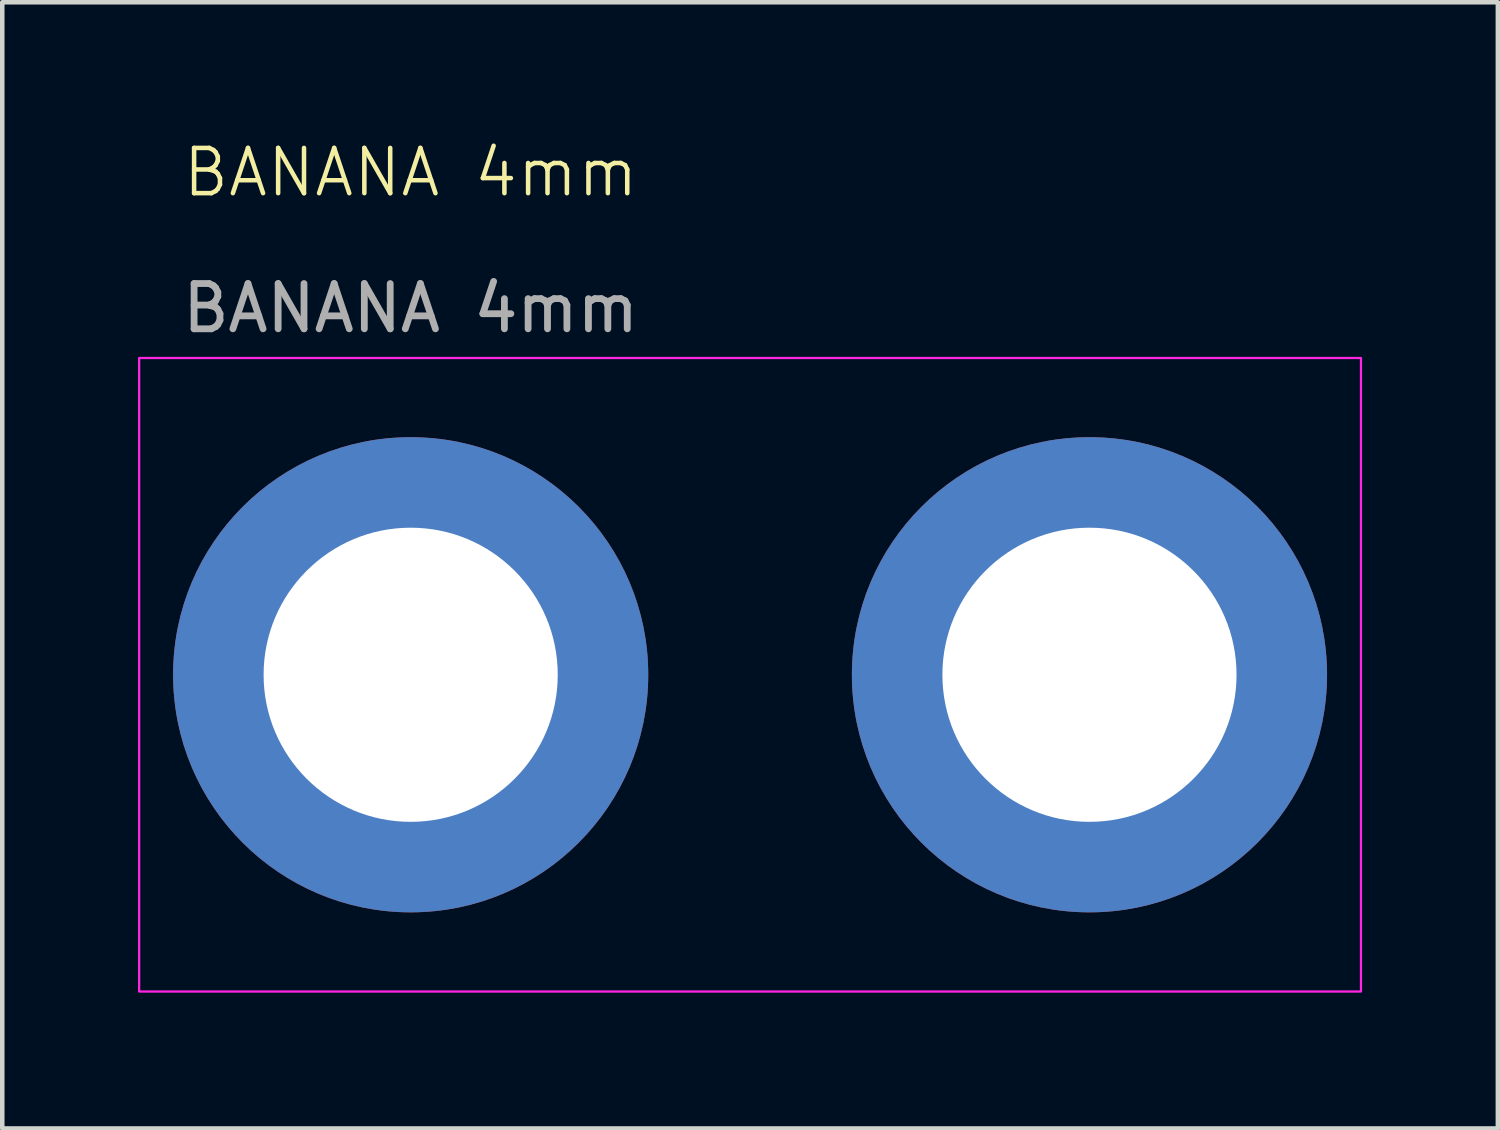
<source format=kicad_pcb>
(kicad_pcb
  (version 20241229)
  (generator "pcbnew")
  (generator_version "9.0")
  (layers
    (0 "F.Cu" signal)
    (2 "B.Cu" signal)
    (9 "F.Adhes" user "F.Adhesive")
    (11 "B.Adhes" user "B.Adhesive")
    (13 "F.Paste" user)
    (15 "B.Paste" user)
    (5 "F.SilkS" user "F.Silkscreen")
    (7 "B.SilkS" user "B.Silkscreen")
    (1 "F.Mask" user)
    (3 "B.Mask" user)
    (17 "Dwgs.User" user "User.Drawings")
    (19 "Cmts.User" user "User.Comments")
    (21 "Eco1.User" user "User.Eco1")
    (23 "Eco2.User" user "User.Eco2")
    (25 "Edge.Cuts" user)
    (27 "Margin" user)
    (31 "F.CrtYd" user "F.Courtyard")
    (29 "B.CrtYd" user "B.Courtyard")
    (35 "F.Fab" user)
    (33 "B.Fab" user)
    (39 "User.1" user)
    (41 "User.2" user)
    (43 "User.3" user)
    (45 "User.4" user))
  (footprint "BANANA 4mm"
    (layer "F.Cu")
    (at 6.025 11.861)
    (property "Reference" "BANANA 4mm" (at 0 -11.1 0) (unlocked yes) (layer "F.SilkS") (effects (font (size 1 1) (thickness 0.1))))
    (attr through_hole)
    (fp_rect (start -6 -7) (end 21 7) (stroke (width 0.05) (type default)) (fill no) (layer "F.CrtYd"))
    (fp_text user "${REFERENCE}" (at 0 -8.1 0) (unlocked yes) (layer "F.Fab") (effects (font (size 1 1) (thickness 0.15))))
    (pad "1" thru_hole circle (at 0 0 90) (size 10.5 10.5) (drill 6.5) (layers "*.Cu" "*.Mask"))
    (pad "2" thru_hole circle (at 15 0 90) (size 10.5 10.5) (drill 6.5) (layers "*.Cu" "*.Mask")))
  (gr_rect
    (start -3 -3)
    (end 30.05 21.886)
    (stroke (width 0.1) (type default))
    (fill no)
    (layer "Edge.Cuts")))
</source>
